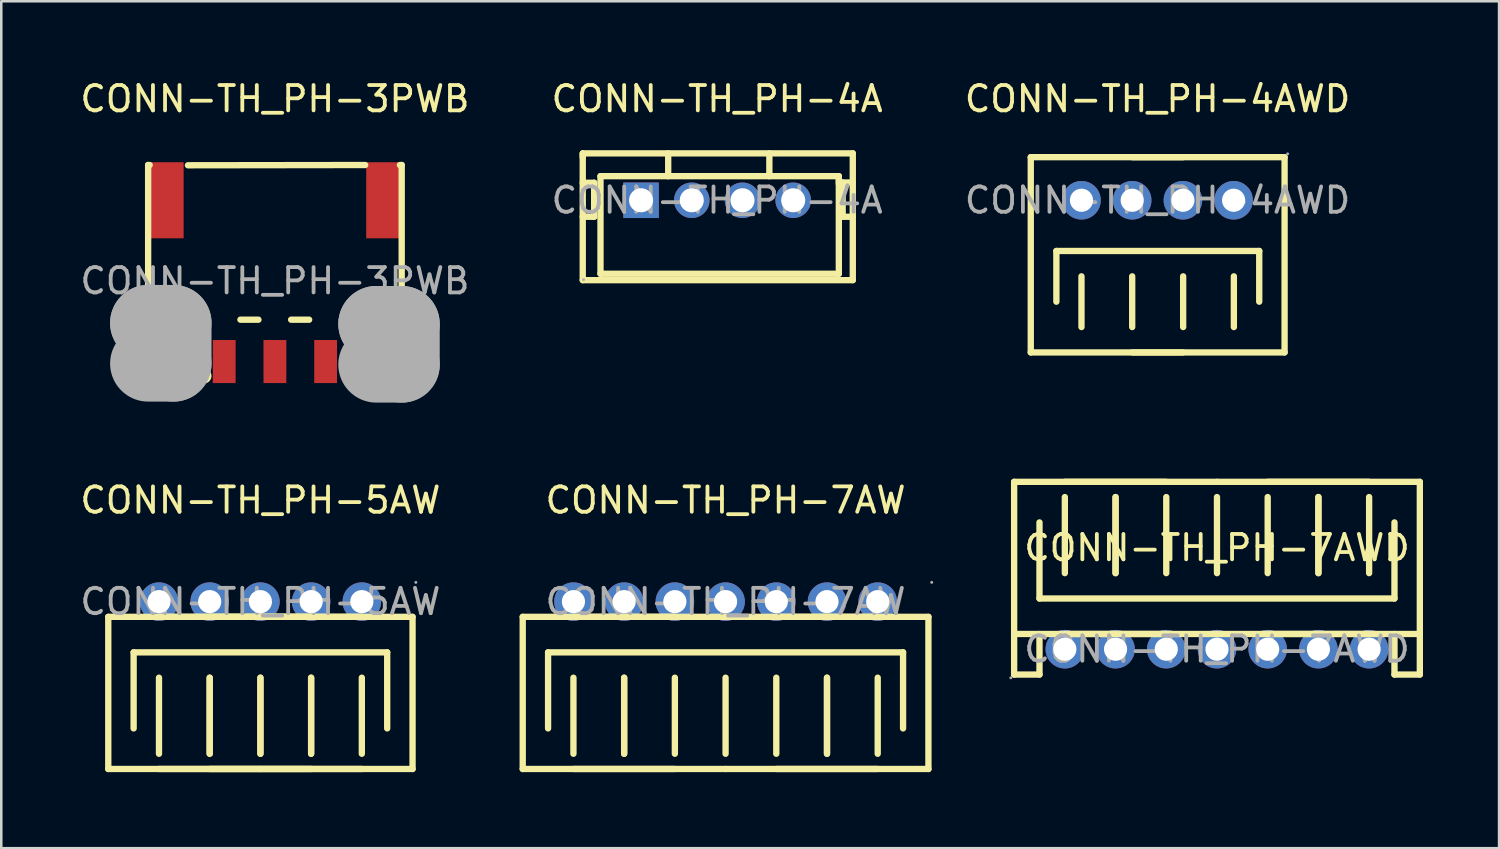
<source format=kicad_pcb>
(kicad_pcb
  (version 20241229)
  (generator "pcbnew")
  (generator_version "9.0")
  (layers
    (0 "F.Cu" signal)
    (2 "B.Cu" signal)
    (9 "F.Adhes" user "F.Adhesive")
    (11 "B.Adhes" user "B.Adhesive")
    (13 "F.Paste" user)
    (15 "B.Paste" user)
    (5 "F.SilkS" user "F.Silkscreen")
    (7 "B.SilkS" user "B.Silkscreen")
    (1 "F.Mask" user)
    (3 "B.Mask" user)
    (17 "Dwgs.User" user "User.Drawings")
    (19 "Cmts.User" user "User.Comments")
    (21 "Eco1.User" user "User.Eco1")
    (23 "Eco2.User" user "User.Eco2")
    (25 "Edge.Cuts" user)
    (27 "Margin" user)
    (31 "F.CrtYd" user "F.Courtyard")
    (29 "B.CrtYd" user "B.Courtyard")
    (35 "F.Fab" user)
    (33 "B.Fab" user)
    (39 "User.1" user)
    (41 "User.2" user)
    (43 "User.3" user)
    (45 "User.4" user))
  (footprint "CONN-TH_PH-4A"
    (layer "F.Cu")
    (at 25.232 4.848)
    (property "Reference" "CONN-TH_PH-4A" (at 0 -4 0) (layer "F.SilkS") (effects (font (size 1 1) (thickness 0.15))))
    (attr through_hole)
    (fp_line (start -5.3 -1.85) (end 5.35 -1.85) (stroke (width 0.25) (type solid)) (layer "F.SilkS"))
    (fp_line (start -5.3 -1.7) (end -5.3 -1.85) (stroke (width 0.25) (type solid)) (layer "F.SilkS"))
    (fp_line (start -5.3 -0.69) (end -4.85 -0.69) (stroke (width 0.25) (type solid)) (layer "F.SilkS"))
    (fp_line (start -5.3 3.15) (end -5.3 -1.8) (stroke (width 0.25) (type solid)) (layer "F.SilkS"))
    (fp_line (start -4.85 -0.69) (end -4.85 0.65) (stroke (width 0.25) (type solid)) (layer "F.SilkS"))
    (fp_line (start -4.85 0.65) (end -5.3 0.65) (stroke (width 0.25) (type solid)) (layer "F.SilkS"))
    (fp_line (start -4.6 -0.95) (end -4.6 2.9) (stroke (width 0.25) (type solid)) (layer "F.SilkS"))
    (fp_line (start -4.6 2.9) (end 4.8 2.9) (stroke (width 0.25) (type solid)) (layer "F.SilkS"))
    (fp_line (start -1.93 -0.95) (end -1.93 -1.85) (stroke (width 0.25) (type solid)) (layer "F.SilkS"))
    (fp_line (start 2.06 -0.95) (end 2.06 -1.85) (stroke (width 0.25) (type solid)) (layer "F.SilkS"))
    (fp_line (start 4.8 -0.95) (end -4.6 -0.95) (stroke (width 0.25) (type solid)) (layer "F.SilkS"))
    (fp_line (start 4.8 -0.65) (end 4.8 -0.95) (stroke (width 0.25) (type solid)) (layer "F.SilkS"))
    (fp_line (start 4.8 2.9) (end 4.8 -0.85) (stroke (width 0.25) (type solid)) (layer "F.SilkS"))
    (fp_line (start 4.95 -0.7) (end 4.95 0.65) (stroke (width 0.25) (type solid)) (layer "F.SilkS"))
    (fp_line (start 4.95 0.65) (end 5.35 0.65) (stroke (width 0.25) (type solid)) (layer "F.SilkS"))
    (fp_line (start 5.35 -1.85) (end 5.35 3.15) (stroke (width 0.25) (type solid)) (layer "F.SilkS"))
    (fp_line (start 5.35 -0.7) (end 4.95 -0.7) (stroke (width 0.25) (type solid)) (layer "F.SilkS"))
    (fp_line (start 5.35 3.15) (end -5.3 3.15) (stroke (width 0.25) (type solid)) (layer "F.SilkS"))
    (fp_circle (center -5.27 3.13) (end -5.24 3.13) (stroke (width 0.06) (type solid)) (fill no) (layer "F.Fab"))
    (fp_circle (center -3 0) (end -2.81 0) (stroke (width 0.38) (type solid)) (fill no) (layer "F.Fab"))
    (fp_circle (center -1 0) (end -0.81 0) (stroke (width 0.38) (type solid)) (fill no) (layer "F.Fab"))
    (fp_circle (center 1 0) (end 1.19 0) (stroke (width 0.38) (type solid)) (fill no) (layer "F.Fab"))
    (fp_circle (center 3 0) (end 3.19 0) (stroke (width 0.38) (type solid)) (fill no) (layer "F.Fab"))
    (fp_text user "${REFERENCE}" (at 0 0 0) (layer "F.Fab") (effects (font (size 1 1) (thickness 0.15))))
    (pad "1" thru_hole rect (at -3 0) (size 1.4 1.4) (drill 0.95) (layers "*.Cu" "*.Paste" "*.Mask"))
    (pad "2" thru_hole circle (at -1 0) (size 1.4 1.4) (drill 0.95) (layers "*.Cu" "*.Paste" "*.Mask"))
    (pad "3" thru_hole circle (at 1 0) (size 1.4 1.4) (drill 0.95) (layers "*.Cu" "*.Paste" "*.Mask"))
    (pad "4" thru_hole circle (at 3 0) (size 1.4 1.4) (drill 0.95) (layers "*.Cu" "*.Paste" "*.Mask")))
  (footprint "CONN-TH_PH-5AW"
    (layer "F.Cu")
    (at 7.22 20.677)
    (property "Reference" "CONN-TH_PH-5AW" (at 0 -4 0) (layer "F.SilkS") (effects (font (size 1 1) (thickness 0.15))))
    (attr through_hole)
    (fp_line (start -6 0.6) (end -6 6.6) (stroke (width 0.25) (type solid)) (layer "F.SilkS"))
    (fp_line (start -5 2) (end -5 5) (stroke (width 0.25) (type solid)) (layer "F.SilkS"))
    (fp_line (start -4 6) (end -4 3) (stroke (width 0.25) (type solid)) (layer "F.SilkS"))
    (fp_line (start -2 3) (end -2 6) (stroke (width 0.25) (type solid)) (layer "F.SilkS"))
    (fp_line (start -2 6) (end -2 3) (stroke (width 0.25) (type solid)) (layer "F.SilkS"))
    (fp_line (start 0 0.6) (end -6 0.6) (stroke (width 0.25) (type solid)) (layer "F.SilkS"))
    (fp_line (start 0 3) (end 0 6) (stroke (width 0.25) (type solid)) (layer "F.SilkS"))
    (fp_line (start 0 6) (end 0 3) (stroke (width 0.25) (type solid)) (layer "F.SilkS"))
    (fp_line (start 0 6.6) (end -6 6.6) (stroke (width 0.25) (type solid)) (layer "F.SilkS"))
    (fp_line (start 2 0.6) (end -4 0.6) (stroke (width 0.25) (type solid)) (layer "F.SilkS"))
    (fp_line (start 2 3) (end 2 6) (stroke (width 0.25) (type solid)) (layer "F.SilkS"))
    (fp_line (start 2 6) (end 2 3) (stroke (width 0.25) (type solid)) (layer "F.SilkS"))
    (fp_line (start 2 6.6) (end -4 6.6) (stroke (width 0.25) (type solid)) (layer "F.SilkS"))
    (fp_line (start 4 0.6) (end -2 0.6) (stroke (width 0.25) (type solid)) (layer "F.SilkS"))
    (fp_line (start 4 3) (end 4 6) (stroke (width 0.25) (type solid)) (layer "F.SilkS"))
    (fp_line (start 4 6.6) (end -2 6.6) (stroke (width 0.25) (type solid)) (layer "F.SilkS"))
    (fp_line (start 5 2) (end -5 2) (stroke (width 0.25) (type solid)) (layer "F.SilkS"))
    (fp_line (start 5 5) (end 5 2) (stroke (width 0.25) (type solid)) (layer "F.SilkS"))
    (fp_line (start 6 0.6) (end 0 0.6) (stroke (width 0.25) (type solid)) (layer "F.SilkS"))
    (fp_line (start 6 0.6) (end 6 6.6) (stroke (width 0.25) (type solid)) (layer "F.SilkS"))
    (fp_line (start 6 6.6) (end 0 6.6) (stroke (width 0.25) (type solid)) (layer "F.SilkS"))
    (fp_circle (center -4 0) (end -3.82 0) (stroke (width 0.36) (type solid)) (fill no) (layer "F.Fab"))
    (fp_circle (center -2 0) (end -1.82 0) (stroke (width 0.36) (type solid)) (fill no) (layer "F.Fab"))
    (fp_circle (center 0 0) (end 0.18 0) (stroke (width 0.36) (type solid)) (fill no) (layer "F.Fab"))
    (fp_circle (center 2 0) (end 2.18 0) (stroke (width 0.36) (type solid)) (fill no) (layer "F.Fab"))
    (fp_circle (center 4 0) (end 4.18 0) (stroke (width 0.36) (type solid)) (fill no) (layer "F.Fab"))
    (fp_circle (center 6.13 -0.76) (end 6.16 -0.76) (stroke (width 0.06) (type solid)) (fill no) (layer "F.Fab"))
    (fp_text user "${REFERENCE}" (at 0 0 0) (layer "F.Fab") (effects (font (size 1 1) (thickness 0.15))))
    (pad "1" thru_hole circle (at 4 0 180) (size 1.52 1.52) (drill 0.914) (layers "*.Cu" "*.Paste" "*.Mask"))
    (pad "2" thru_hole circle (at 2 0 180) (size 1.52 1.52) (drill 0.914) (layers "*.Cu" "*.Paste" "*.Mask"))
    (pad "3" thru_hole circle (at 0 0 180) (size 1.52 1.52) (drill 0.914) (layers "*.Cu" "*.Paste" "*.Mask"))
    (pad "4" thru_hole circle (at -2 0 180) (size 1.52 1.52) (drill 0.914) (layers "*.Cu" "*.Paste" "*.Mask"))
    (pad "5" thru_hole circle (at -4 0 180) (size 1.52 1.52) (drill 0.914) (layers "*.Cu" "*.Paste" "*.Mask")))
  (footprint "CONN-TH_PH-7AW"
    (layer "F.Cu")
    (at 25.565 20.677)
    (property "Reference" "CONN-TH_PH-7AW" (at 0 -4 0) (layer "F.SilkS") (effects (font (size 1 1) (thickness 0.15))))
    (attr through_hole)
    (fp_line (start -8 0.6) (end -8 6.6) (stroke (width 0.25) (type solid)) (layer "F.SilkS"))
    (fp_line (start -7 2) (end -7 5) (stroke (width 0.25) (type solid)) (layer "F.SilkS"))
    (fp_line (start -6 6) (end -6 3) (stroke (width 0.25) (type solid)) (layer "F.SilkS"))
    (fp_line (start -4 3) (end -4 6) (stroke (width 0.25) (type solid)) (layer "F.SilkS"))
    (fp_line (start -4 6) (end -4 3) (stroke (width 0.25) (type solid)) (layer "F.SilkS"))
    (fp_line (start -2 0.6) (end -8 0.6) (stroke (width 0.25) (type solid)) (layer "F.SilkS"))
    (fp_line (start -2 3) (end -2 6) (stroke (width 0.25) (type solid)) (layer "F.SilkS"))
    (fp_line (start -2 6.6) (end -8 6.6) (stroke (width 0.25) (type solid)) (layer "F.SilkS"))
    (fp_line (start 0 0.6) (end -6 0.6) (stroke (width 0.25) (type solid)) (layer "F.SilkS"))
    (fp_line (start 0 6) (end 0 3) (stroke (width 0.25) (type solid)) (layer "F.SilkS"))
    (fp_line (start 0 6.6) (end -6 6.6) (stroke (width 0.25) (type solid)) (layer "F.SilkS"))
    (fp_line (start 2 6) (end 2 3) (stroke (width 0.25) (type solid)) (layer "F.SilkS"))
    (fp_line (start 4 3) (end 4 6) (stroke (width 0.25) (type solid)) (layer "F.SilkS"))
    (fp_line (start 4 6) (end 4 3) (stroke (width 0.25) (type solid)) (layer "F.SilkS"))
    (fp_line (start 6 0.6) (end 0 0.6) (stroke (width 0.25) (type solid)) (layer "F.SilkS"))
    (fp_line (start 6 3) (end 6 6) (stroke (width 0.25) (type solid)) (layer "F.SilkS"))
    (fp_line (start 6 6.6) (end 0 6.6) (stroke (width 0.25) (type solid)) (layer "F.SilkS"))
    (fp_line (start 7 2) (end -7 2) (stroke (width 0.25) (type solid)) (layer "F.SilkS"))
    (fp_line (start 7 5) (end 7 2) (stroke (width 0.25) (type solid)) (layer "F.SilkS"))
    (fp_line (start 8 0.6) (end 2 0.6) (stroke (width 0.25) (type solid)) (layer "F.SilkS"))
    (fp_line (start 8 0.6) (end 8 6.6) (stroke (width 0.25) (type solid)) (layer "F.SilkS"))
    (fp_line (start 8 6.6) (end 2 6.6) (stroke (width 0.25) (type solid)) (layer "F.SilkS"))
    (fp_circle (center -6 0) (end -5.82 0) (stroke (width 0.36) (type solid)) (fill no) (layer "F.Fab"))
    (fp_circle (center -4 0) (end -3.82 0) (stroke (width 0.36) (type solid)) (fill no) (layer "F.Fab"))
    (fp_circle (center -2 0) (end -1.82 0) (stroke (width 0.36) (type solid)) (fill no) (layer "F.Fab"))
    (fp_circle (center 0 0) (end 0.18 0) (stroke (width 0.36) (type solid)) (fill no) (layer "F.Fab"))
    (fp_circle (center 2 0) (end 2.18 0) (stroke (width 0.36) (type solid)) (fill no) (layer "F.Fab"))
    (fp_circle (center 4 0) (end 4.18 0) (stroke (width 0.36) (type solid)) (fill no) (layer "F.Fab"))
    (fp_circle (center 6 0) (end 6.18 0) (stroke (width 0.36) (type solid)) (fill no) (layer "F.Fab"))
    (fp_circle (center 8.13 -0.76) (end 8.16 -0.76) (stroke (width 0.06) (type solid)) (fill no) (layer "F.Fab"))
    (fp_text user "${REFERENCE}" (at 0 0 0) (layer "F.Fab") (effects (font (size 1 1) (thickness 0.15))))
    (pad "1" thru_hole circle (at 6 0 180) (size 1.52 1.52) (drill 0.914) (layers "*.Cu" "*.Paste" "*.Mask"))
    (pad "2" thru_hole circle (at 4 0 180) (size 1.52 1.52) (drill 0.914) (layers "*.Cu" "*.Paste" "*.Mask"))
    (pad "3" thru_hole circle (at 2 0 180) (size 1.52 1.52) (drill 0.914) (layers "*.Cu" "*.Paste" "*.Mask"))
    (pad "4" thru_hole circle (at 0 0 180) (size 1.52 1.52) (drill 0.914) (layers "*.Cu" "*.Paste" "*.Mask"))
    (pad "5" thru_hole circle (at -2 0 180) (size 1.52 1.52) (drill 0.914) (layers "*.Cu" "*.Paste" "*.Mask"))
    (pad "6" thru_hole circle (at -4 0 180) (size 1.52 1.52) (drill 0.914) (layers "*.Cu" "*.Paste" "*.Mask"))
    (pad "7" thru_hole circle (at -6 0 180) (size 1.52 1.52) (drill 0.914) (layers "*.Cu" "*.Paste" "*.Mask")))
  (footprint "CONN-TH_PH-7AWD"
    (layer "F.Cu")
    (at 44.945 22.553)
    (property "Reference" "CONN-TH_PH-7AWD" (at 0 -4 0) (layer "F.SilkS") (effects (font (size 1 1) (thickness 0.15))))
    (attr through_hole)
    (fp_line (start -8 -6.6) (end -2 -6.6) (stroke (width 0.25) (type solid)) (layer "F.SilkS"))
    (fp_line (start -8 -0.6) (end -8 -6.6) (stroke (width 0.25) (type solid)) (layer "F.SilkS"))
    (fp_line (start -8 -0.6) (end -8 1) (stroke (width 0.25) (type solid)) (layer "F.SilkS"))
    (fp_line (start -8 -0.6) (end -2 -0.6) (stroke (width 0.25) (type solid)) (layer "F.SilkS"))
    (fp_line (start -8 1) (end -7 1) (stroke (width 0.25) (type solid)) (layer "F.SilkS"))
    (fp_line (start -7 -5) (end -7 -2) (stroke (width 0.25) (type solid)) (layer "F.SilkS"))
    (fp_line (start -7 -2) (end 7 -2) (stroke (width 0.25) (type solid)) (layer "F.SilkS"))
    (fp_line (start -7 1) (end -7 -0.6) (stroke (width 0.25) (type solid)) (layer "F.SilkS"))
    (fp_line (start -6 -6.6) (end 0 -6.6) (stroke (width 0.25) (type solid)) (layer "F.SilkS"))
    (fp_line (start -6 -3) (end -6 -6) (stroke (width 0.25) (type solid)) (layer "F.SilkS"))
    (fp_line (start -6 -0.6) (end 0 -0.6) (stroke (width 0.25) (type solid)) (layer "F.SilkS"))
    (fp_line (start -4 -6) (end -4 -3) (stroke (width 0.25) (type solid)) (layer "F.SilkS"))
    (fp_line (start -4 -3) (end -4 -6) (stroke (width 0.25) (type solid)) (layer "F.SilkS"))
    (fp_line (start -2 -6) (end -2 -3) (stroke (width 0.25) (type solid)) (layer "F.SilkS"))
    (fp_line (start 0 -6.6) (end 6 -6.6) (stroke (width 0.25) (type solid)) (layer "F.SilkS"))
    (fp_line (start 0 -6) (end 0 -3) (stroke (width 0.25) (type solid)) (layer "F.SilkS"))
    (fp_line (start 0 -0.6) (end 6 -0.6) (stroke (width 0.25) (type solid)) (layer "F.SilkS"))
    (fp_line (start 2 -6.6) (end 8 -6.6) (stroke (width 0.25) (type solid)) (layer "F.SilkS"))
    (fp_line (start 2 -3) (end 2 -6) (stroke (width 0.25) (type solid)) (layer "F.SilkS"))
    (fp_line (start 2 -0.6) (end 8 -0.6) (stroke (width 0.25) (type solid)) (layer "F.SilkS"))
    (fp_line (start 4 -6) (end 4 -3) (stroke (width 0.25) (type solid)) (layer "F.SilkS"))
    (fp_line (start 4 -3) (end 4 -6) (stroke (width 0.25) (type solid)) (layer "F.SilkS"))
    (fp_line (start 6 -6) (end 6 -3) (stroke (width 0.25) (type solid)) (layer "F.SilkS"))
    (fp_line (start 7 -2) (end 7 -5) (stroke (width 0.25) (type solid)) (layer "F.SilkS"))
    (fp_line (start 7 1) (end 7 -0.6) (stroke (width 0.25) (type solid)) (layer "F.SilkS"))
    (fp_line (start 8 -0.6) (end 8 -6.6) (stroke (width 0.25) (type solid)) (layer "F.SilkS"))
    (fp_line (start 8 -0.6) (end 8 1) (stroke (width 0.25) (type solid)) (layer "F.SilkS"))
    (fp_line (start 8 1) (end 7 1) (stroke (width 0.25) (type solid)) (layer "F.SilkS"))
    (fp_circle (center -8.13 1.13) (end -8.1 1.13) (stroke (width 0.06) (type solid)) (fill no) (layer "F.Fab"))
    (fp_circle (center -6 0) (end -5.82 0) (stroke (width 0.36) (type solid)) (fill no) (layer "F.Fab"))
    (fp_circle (center -4 0) (end -3.82 0) (stroke (width 0.36) (type solid)) (fill no) (layer "F.Fab"))
    (fp_circle (center -2 0) (end -1.82 0) (stroke (width 0.36) (type solid)) (fill no) (layer "F.Fab"))
    (fp_circle (center 0 0) (end 0.18 0) (stroke (width 0.36) (type solid)) (fill no) (layer "F.Fab"))
    (fp_circle (center 2 0) (end 2.18 0) (stroke (width 0.36) (type solid)) (fill no) (layer "F.Fab"))
    (fp_circle (center 4 0) (end 4.18 0) (stroke (width 0.36) (type solid)) (fill no) (layer "F.Fab"))
    (fp_circle (center 6 0) (end 6.18 0) (stroke (width 0.36) (type solid)) (fill no) (layer "F.Fab"))
    (fp_text user "${REFERENCE}" (at 0 0 0) (layer "F.Fab") (effects (font (size 1 1) (thickness 0.15))))
    (pad "1" thru_hole circle (at -6 0) (size 1.52 1.52) (drill 0.914) (layers "*.Cu" "*.Paste" "*.Mask"))
    (pad "2" thru_hole circle (at -4 0) (size 1.52 1.52) (drill 0.914) (layers "*.Cu" "*.Paste" "*.Mask"))
    (pad "3" thru_hole circle (at -2 0) (size 1.52 1.52) (drill 0.914) (layers "*.Cu" "*.Paste" "*.Mask"))
    (pad "4" thru_hole circle (at 0 0) (size 1.52 1.52) (drill 0.914) (layers "*.Cu" "*.Paste" "*.Mask"))
    (pad "5" thru_hole circle (at 2 0) (size 1.52 1.52) (drill 0.914) (layers "*.Cu" "*.Paste" "*.Mask"))
    (pad "6" thru_hole circle (at 4 0) (size 1.52 1.52) (drill 0.914) (layers "*.Cu" "*.Paste" "*.Mask"))
    (pad "7" thru_hole circle (at 6 0) (size 1.52 1.52) (drill 0.914) (layers "*.Cu" "*.Paste" "*.Mask")))
  (footprint "CONN-TH_PH-3PWB"
    (layer "F.Cu")
    (at 7.792 8.028)
    (property "Reference" "CONN-TH_PH-3PWB" (at 0 -7.18 0) (layer "F.SilkS") (effects (font (size 1 1) (thickness 0.15))))
    (attr through_hole)
    (fp_line (start -5 -4.57) (end -4.94 -4.57) (stroke (width 0.25) (type solid)) (layer "F.SilkS"))
    (fp_line (start -5 1.53) (end -5 -4.57) (stroke (width 0.25) (type solid)) (layer "F.SilkS"))
    (fp_line (start -3.43 -4.56) (end 3.56 -4.57) (stroke (width 0.25) (type solid)) (layer "F.SilkS"))
    (fp_line (start -2.65 1.53) (end -5 1.53) (stroke (width 0.25) (type solid)) (layer "F.SilkS"))
    (fp_line (start -0.65 1.53) (end -1.36 1.53) (stroke (width 0.25) (type solid)) (layer "F.SilkS"))
    (fp_line (start 1.35 1.53) (end 0.64 1.53) (stroke (width 0.25) (type solid)) (layer "F.SilkS"))
    (fp_line (start 4.93 -4.57) (end 5 -4.57) (stroke (width 0.25) (type solid)) (layer "F.SilkS"))
    (fp_line (start 5 -4.57) (end 5 1.53) (stroke (width 0.25) (type solid)) (layer "F.SilkS"))
    (fp_line (start 5 1.53) (end 2.64 1.53) (stroke (width 0.25) (type solid)) (layer "F.SilkS"))
    (fp_circle (center -2.8 3.75) (end -2.65 3.75) (stroke (width 0.3) (type solid)) (fill no) (layer "F.SilkS"))
    (fp_line (start -5 1.66) (end -5 1.66) (stroke (width 3) (type solid)) (layer "F.Fab"))
    (fp_line (start -5 1.66) (end -4 1.66) (stroke (width 3) (type solid)) (layer "F.Fab"))
    (fp_line (start -4 1.66) (end -4 3.26) (stroke (width 3) (type solid)) (layer "F.Fab"))
    (fp_line (start -4 3.26) (end -5 3.26) (stroke (width 3) (type solid)) (layer "F.Fab"))
    (fp_line (start 4 1.7) (end 4 1.7) (stroke (width 3) (type solid)) (layer "F.Fab"))
    (fp_line (start 4 1.7) (end 5 1.7) (stroke (width 3) (type solid)) (layer "F.Fab"))
    (fp_line (start 5 1.7) (end 5 3.3) (stroke (width 3) (type solid)) (layer "F.Fab"))
    (fp_line (start 5 3.3) (end 4 3.3) (stroke (width 3) (type solid)) (layer "F.Fab"))
    (fp_circle (center -4.95 3.8) (end -4.92 3.8) (stroke (width 0.06) (type solid)) (fill no) (layer "F.Fab"))
    (fp_text user "${REFERENCE}" (at 0 0 0) (layer "F.Fab") (effects (font (size 1 1) (thickness 0.15))))
    (pad "0" smd rect (at -4.25 -3.18) (size 1.3 3) (layers "F.Cu" "F.Mask" "F.Paste"))
    (pad "0" smd rect (at 4.25 -3.18) (size 1.3 3) (layers "F.Cu" "F.Mask" "F.Paste"))
    (pad "1" smd rect (at -2 3.18) (size 0.9 1.7) (layers "F.Cu" "F.Mask" "F.Paste"))
    (pad "2" smd rect (at 0 3.18) (size 0.9 1.7) (layers "F.Cu" "F.Mask" "F.Paste"))
    (pad "3" smd rect (at 2 3.18) (size 0.9 1.7) (layers "F.Cu" "F.Mask" "F.Paste")))
  (footprint "CONN-TH_PH-4AWD"
    (layer "F.Cu")
    (at 42.601 4.848)
    (property "Reference" "CONN-TH_PH-4AWD" (at 0 -4 0) (layer "F.SilkS") (effects (font (size 1 1) (thickness 0.15))))
    (attr through_hole)
    (fp_line (start -5 -1.7) (end -5 6) (stroke (width 0.25) (type solid)) (layer "F.SilkS"))
    (fp_line (start -3.99 2) (end -3.99 4) (stroke (width 0.25) (type solid)) (layer "F.SilkS"))
    (fp_line (start -3 3) (end -3 5) (stroke (width 0.25) (type solid)) (layer "F.SilkS"))
    (fp_line (start -1 3) (end -1 5) (stroke (width 0.25) (type solid)) (layer "F.SilkS"))
    (fp_line (start 1 -1.7) (end -5 -1.7) (stroke (width 0.25) (type solid)) (layer "F.SilkS"))
    (fp_line (start 1 6) (end -5 6) (stroke (width 0.25) (type solid)) (layer "F.SilkS"))
    (fp_line (start 1.01 3) (end 1.01 5) (stroke (width 0.25) (type solid)) (layer "F.SilkS"))
    (fp_line (start 3.01 3) (end 3.01 5) (stroke (width 0.25) (type solid)) (layer "F.SilkS"))
    (fp_line (start 4.01 2) (end -3.99 2) (stroke (width 0.25) (type solid)) (layer "F.SilkS"))
    (fp_line (start 4.01 4) (end 4.01 2) (stroke (width 0.25) (type solid)) (layer "F.SilkS"))
    (fp_line (start 5.01 -1.7) (end -0.99 -1.7) (stroke (width 0.25) (type solid)) (layer "F.SilkS"))
    (fp_line (start 5.01 -1.7) (end 5.01 6) (stroke (width 0.25) (type solid)) (layer "F.SilkS"))
    (fp_line (start 5.01 6) (end -0.99 6) (stroke (width 0.25) (type solid)) (layer "F.SilkS"))
    (fp_circle (center -3 0) (end -2.82 0) (stroke (width 0.36) (type solid)) (fill no) (layer "F.Fab"))
    (fp_circle (center -1 0) (end -0.82 0) (stroke (width 0.36) (type solid)) (fill no) (layer "F.Fab"))
    (fp_circle (center 1 0) (end 1.18 0) (stroke (width 0.36) (type solid)) (fill no) (layer "F.Fab"))
    (fp_circle (center 3 0) (end 3.18 0) (stroke (width 0.36) (type solid)) (fill no) (layer "F.Fab"))
    (fp_circle (center 5.13 -1.83) (end 5.16 -1.83) (stroke (width 0.06) (type solid)) (fill no) (layer "F.Fab"))
    (fp_text user "${REFERENCE}" (at 0 0 0) (layer "F.Fab") (effects (font (size 1 1) (thickness 0.15))))
    (pad "1" thru_hole circle (at 3 0 180) (size 1.52 1.52) (drill 0.914) (layers "*.Cu" "*.Paste" "*.Mask"))
    (pad "2" thru_hole circle (at 1 0 180) (size 1.52 1.52) (drill 0.914) (layers "*.Cu" "*.Paste" "*.Mask"))
    (pad "3" thru_hole circle (at -1 0 180) (size 1.52 1.52) (drill 0.914) (layers "*.Cu" "*.Paste" "*.Mask"))
    (pad "4" thru_hole circle (at -3 0 180) (size 1.52 1.52) (drill 0.914) (layers "*.Cu" "*.Paste" "*.Mask")))
  (gr_rect
    (start -3 -3)
    (end 56.07 30.401)
    (stroke (width 0.1) (type default))
    (fill no)
    (layer "Edge.Cuts")))
</source>
